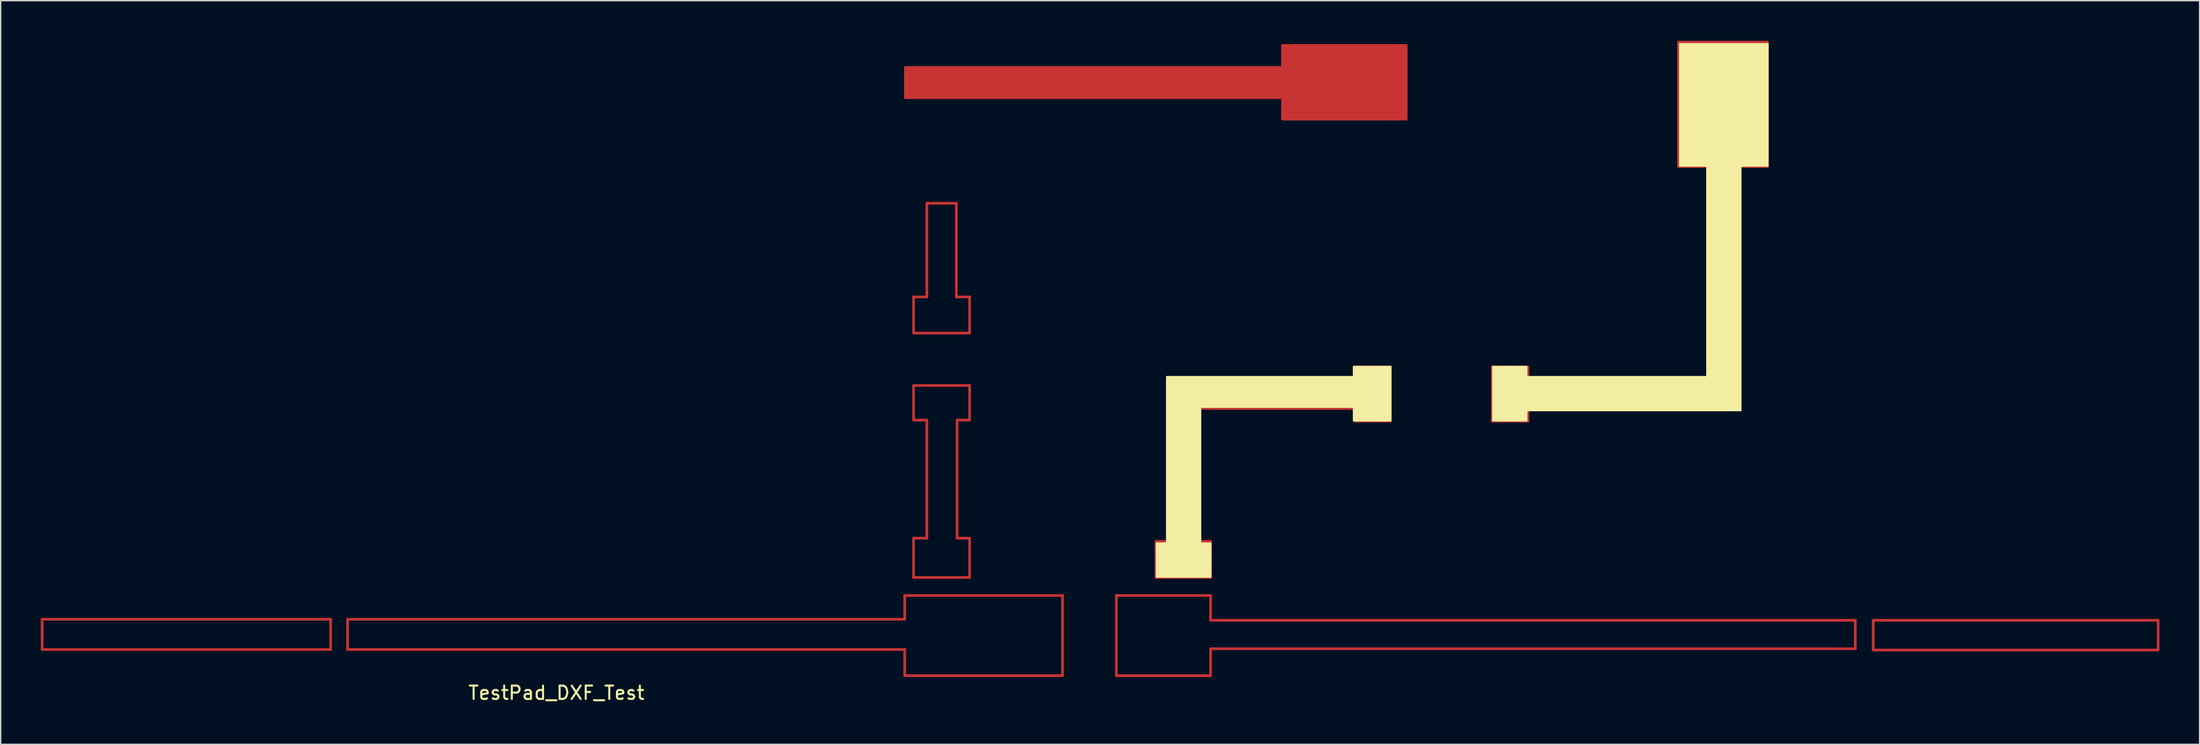
<source format=kicad_pcb>
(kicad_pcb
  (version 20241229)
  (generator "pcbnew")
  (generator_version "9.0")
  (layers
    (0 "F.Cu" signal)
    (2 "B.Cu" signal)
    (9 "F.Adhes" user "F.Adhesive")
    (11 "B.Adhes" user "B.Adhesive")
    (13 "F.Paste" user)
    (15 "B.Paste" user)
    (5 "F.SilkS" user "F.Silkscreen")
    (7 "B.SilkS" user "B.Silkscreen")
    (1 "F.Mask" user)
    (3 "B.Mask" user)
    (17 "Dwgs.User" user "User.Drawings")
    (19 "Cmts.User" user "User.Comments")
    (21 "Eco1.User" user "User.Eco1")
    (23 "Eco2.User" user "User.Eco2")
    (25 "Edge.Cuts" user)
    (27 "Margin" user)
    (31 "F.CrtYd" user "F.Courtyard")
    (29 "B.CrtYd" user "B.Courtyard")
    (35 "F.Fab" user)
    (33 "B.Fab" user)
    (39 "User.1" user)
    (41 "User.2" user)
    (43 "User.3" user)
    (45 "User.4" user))
  (footprint "TestPad_DXF_Test"
    (layer "F.Cu")
    (at 79.186 20.822)
    (property "Reference" "TestPad_DXF_Test" (at -40.64 27.94 0) (layer "F.SilkS") (effects (font (size 1 1) (thickness 0.15))))
    (attr through_hole)
    (fp_line (start -79.086 22.436) (end -57.519 22.436) (stroke (width 0.2) (type solid)) (layer "F.Cu"))
    (fp_line (start -79.086 24.698) (end -79.086 22.436) (stroke (width 0.2) (type solid)) (layer "F.Cu"))
    (fp_line (start -57.519 22.436) (end -57.519 24.698) (stroke (width 0.2) (type solid)) (layer "F.Cu"))
    (fp_line (start -57.519 24.698) (end -79.086 24.698) (stroke (width 0.2) (type solid)) (layer "F.Cu"))
    (fp_line (start -56.251 22.436) (end -14.605 22.436) (stroke (width 0.2) (type solid)) (layer "F.Cu"))
    (fp_line (start -56.251 24.696) (end -56.251 22.436) (stroke (width 0.2) (type solid)) (layer "F.Cu"))
    (fp_line (start -14.605 20.661) (end -2.803 20.661) (stroke (width 0.2) (type solid)) (layer "F.Cu"))
    (fp_line (start -14.605 22.436) (end -14.605 20.661) (stroke (width 0.2) (type solid)) (layer "F.Cu"))
    (fp_line (start -14.605 24.696) (end -56.251 24.696) (stroke (width 0.2) (type solid)) (layer "F.Cu"))
    (fp_line (start -14.605 26.654) (end -14.605 24.696) (stroke (width 0.2) (type solid)) (layer "F.Cu"))
    (fp_line (start -13.941 -1.666) (end -12.948 -1.666) (stroke (width 0.2) (type solid)) (layer "F.Cu"))
    (fp_line (start -13.941 1.035) (end -13.941 -1.666) (stroke (width 0.2) (type solid)) (layer "F.Cu"))
    (fp_line (start -13.941 4.953) (end -9.75 4.953) (stroke (width 0.2) (type solid)) (layer "F.Cu"))
    (fp_line (start -13.941 7.542) (end -13.941 4.953) (stroke (width 0.2) (type solid)) (layer "F.Cu"))
    (fp_line (start -13.941 16.37) (end -12.948 16.37) (stroke (width 0.2) (type solid)) (layer "F.Cu"))
    (fp_line (start -13.941 19.311) (end -13.941 16.37) (stroke (width 0.2) (type solid)) (layer "F.Cu"))
    (fp_line (start -12.948 -8.675) (end -10.743 -8.675) (stroke (width 0.2) (type solid)) (layer "F.Cu"))
    (fp_line (start -12.948 -1.666) (end -12.948 -8.675) (stroke (width 0.2) (type solid)) (layer "F.Cu"))
    (fp_line (start -12.948 7.542) (end -13.941 7.542) (stroke (width 0.2) (type solid)) (layer "F.Cu"))
    (fp_line (start -12.948 16.37) (end -12.948 7.542) (stroke (width 0.2) (type solid)) (layer "F.Cu"))
    (fp_line (start -10.743 -8.675) (end -10.743 -1.666) (stroke (width 0.2) (type solid)) (layer "F.Cu"))
    (fp_line (start -10.743 -1.666) (end -9.75 -1.666) (stroke (width 0.2) (type solid)) (layer "F.Cu"))
    (fp_line (start -10.687 7.542) (end -10.687 16.37) (stroke (width 0.2) (type solid)) (layer "F.Cu"))
    (fp_line (start -10.687 16.37) (end -9.75 16.37) (stroke (width 0.2) (type solid)) (layer "F.Cu"))
    (fp_line (start -9.75 -1.666) (end -9.75 1.035) (stroke (width 0.2) (type solid)) (layer "F.Cu"))
    (fp_line (start -9.75 1.035) (end -13.941 1.035) (stroke (width 0.2) (type solid)) (layer "F.Cu"))
    (fp_line (start -9.75 4.953) (end -9.75 7.542) (stroke (width 0.2) (type solid)) (layer "F.Cu"))
    (fp_line (start -9.75 7.542) (end -10.687 7.542) (stroke (width 0.2) (type solid)) (layer "F.Cu"))
    (fp_line (start -9.75 16.37) (end -9.75 19.311) (stroke (width 0.2) (type solid)) (layer "F.Cu"))
    (fp_line (start -9.75 19.311) (end -13.941 19.311) (stroke (width 0.2) (type solid)) (layer "F.Cu"))
    (fp_line (start -2.803 20.661) (end -2.803 26.654) (stroke (width 0.2) (type solid)) (layer "F.Cu"))
    (fp_line (start -2.803 26.654) (end -14.605 26.654) (stroke (width 0.2) (type solid)) (layer "F.Cu"))
    (fp_line (start 1.221 20.661) (end 8.263 20.661) (stroke (width 0.2) (type solid)) (layer "F.Cu"))
    (fp_line (start 1.221 26.654) (end 1.221 20.661) (stroke (width 0.2) (type solid)) (layer "F.Cu"))
    (fp_line (start 4.184 16.615) (end 5.166 16.615) (stroke (width 0.2) (type solid)) (layer "F.Cu"))
    (fp_line (start 4.184 19.311) (end 4.184 16.615) (stroke (width 0.2) (type solid)) (layer "F.Cu"))
    (fp_line (start 5.166 4.417) (end 19.05 4.417) (stroke (width 0.2) (type solid)) (layer "F.Cu"))
    (fp_line (start 5.166 16.615) (end 5.166 4.417) (stroke (width 0.2) (type solid)) (layer "F.Cu"))
    (fp_line (start 7.421 6.671) (end 7.421 16.615) (stroke (width 0.2) (type solid)) (layer "F.Cu"))
    (fp_line (start 7.421 16.615) (end 8.263 16.615) (stroke (width 0.2) (type solid)) (layer "F.Cu"))
    (fp_line (start 8.263 16.615) (end 8.263 19.311) (stroke (width 0.2) (type solid)) (layer "F.Cu"))
    (fp_line (start 8.263 19.311) (end 4.184 19.311) (stroke (width 0.2) (type solid)) (layer "F.Cu"))
    (fp_line (start 8.263 20.661) (end 8.263 22.514) (stroke (width 0.2) (type solid)) (layer "F.Cu"))
    (fp_line (start 8.263 22.514) (end 56.455 22.514) (stroke (width 0.2) (type solid)) (layer "F.Cu"))
    (fp_line (start 8.263 24.64) (end 8.263 26.654) (stroke (width 0.2) (type solid)) (layer "F.Cu"))
    (fp_line (start 8.263 26.654) (end 1.221 26.654) (stroke (width 0.2) (type solid)) (layer "F.Cu"))
    (fp_line (start 19.05 3.574) (end 21.678 3.574) (stroke (width 0.2) (type solid)) (layer "F.Cu"))
    (fp_line (start 19.05 4.417) (end 19.05 3.574) (stroke (width 0.2) (type solid)) (layer "F.Cu"))
    (fp_line (start 19.05 6.671) (end 7.421 6.671) (stroke (width 0.2) (type solid)) (layer "F.Cu"))
    (fp_line (start 19.05 7.62) (end 19.05 6.671) (stroke (width 0.2) (type solid)) (layer "F.Cu"))
    (fp_line (start 21.678 3.574) (end 21.678 7.62) (stroke (width 0.2) (type solid)) (layer "F.Cu"))
    (fp_line (start 21.678 7.62) (end 19.05 7.62) (stroke (width 0.2) (type solid)) (layer "F.Cu"))
    (fp_line (start 29.323 3.574) (end 31.985 3.574) (stroke (width 0.2) (type solid)) (layer "F.Cu"))
    (fp_line (start 29.323 7.62) (end 29.323 3.574) (stroke (width 0.2) (type solid)) (layer "F.Cu"))
    (fp_line (start 31.985 3.574) (end 31.985 4.417) (stroke (width 0.2) (type solid)) (layer "F.Cu"))
    (fp_line (start 31.985 4.417) (end 45.568 4.417) (stroke (width 0.2) (type solid)) (layer "F.Cu"))
    (fp_line (start 31.985 6.671) (end 31.985 7.62) (stroke (width 0.2) (type solid)) (layer "F.Cu"))
    (fp_line (start 31.985 7.62) (end 29.323 7.62) (stroke (width 0.2) (type solid)) (layer "F.Cu"))
    (fp_line (start 43.241 -20.722) (end 49.881 -20.722) (stroke (width 0.2) (type solid)) (layer "F.Cu"))
    (fp_line (start 43.241 -11.42) (end 43.241 -20.722) (stroke (width 0.2) (type solid)) (layer "F.Cu"))
    (fp_line (start 45.568 -11.42) (end 43.241 -11.42) (stroke (width 0.2) (type solid)) (layer "F.Cu"))
    (fp_line (start 45.568 4.417) (end 45.568 -11.42) (stroke (width 0.2) (type solid)) (layer "F.Cu"))
    (fp_line (start 47.761 -11.42) (end 47.761 6.671) (stroke (width 0.2) (type solid)) (layer "F.Cu"))
    (fp_line (start 47.761 6.671) (end 31.985 6.671) (stroke (width 0.2) (type solid)) (layer "F.Cu"))
    (fp_line (start 49.881 -20.722) (end 49.881 -11.42) (stroke (width 0.2) (type solid)) (layer "F.Cu"))
    (fp_line (start 49.881 -11.42) (end 47.761 -11.42) (stroke (width 0.2) (type solid)) (layer "F.Cu"))
    (fp_line (start 56.455 22.514) (end 56.455 24.64) (stroke (width 0.2) (type solid)) (layer "F.Cu"))
    (fp_line (start 56.455 24.64) (end 8.263 24.64) (stroke (width 0.2) (type solid)) (layer "F.Cu"))
    (fp_line (start 57.801 22.512) (end 79.098 22.512) (stroke (width 0.2) (type solid)) (layer "F.Cu"))
    (fp_line (start 57.801 24.736) (end 57.801 22.512) (stroke (width 0.2) (type solid)) (layer "F.Cu"))
    (fp_line (start 79.098 22.512) (end 79.098 24.736) (stroke (width 0.2) (type solid)) (layer "F.Cu"))
    (fp_line (start 79.098 24.736) (end 57.801 24.736) (stroke (width 0.2) (type solid)) (layer "F.Cu"))
    (fp_poly (pts (xy 22.864 -20.492) (xy 22.864 -14.979) (xy 13.612 -14.979) (xy 13.612 -16.586) (xy -14.58 -16.586) (xy -14.58 -18.846) (xy 13.612 -18.846) (xy 13.612 -20.492) (xy 13.612 -18.846) (xy 13.612 -20.492) (xy 22.864 -20.492)) (stroke (width 0.1) (type solid)) (fill yes) (layer "F.Cu"))
    (fp_poly (pts (xy 21.742 7.595) (xy 18.948 7.595) (xy 18.948 6.579) (xy 7.518 6.579) (xy 7.518 16.739) (xy 8.28 16.739) (xy 8.28 19.279) (xy 4.216 19.279) (xy 4.216 16.739) (xy 4.978 16.739) (xy 4.978 4.293) (xy 18.948 4.293) (xy 18.948 3.531) (xy 21.742 3.531)) (stroke (width 0.1) (type solid)) (fill yes) (layer "F.SilkS"))
    (fp_poly (pts (xy 49.936 -11.455) (xy 47.904 -11.455) (xy 47.904 6.833) (xy 31.902 6.833) (xy 31.902 7.595) (xy 29.362 7.595) (xy 29.362 3.531) (xy 31.902 3.531) (xy 31.902 4.293) (xy 45.364 4.293) (xy 45.364 -11.455) (xy 43.332 -11.455) (xy 43.332 -20.599) (xy 49.936 -20.599)) (stroke (width 0.1) (type solid)) (fill yes) (layer "F.SilkS"))
    (pad "1" smd custom (at 20.853 -17.043) (size 4 4) (layers "F.Cu" "F.Mask" "F.Paste") (options (anchor rect)) (primitives (gr_line (start 2.036 -3.433) (end 2.036 2.08) (width 0.2)) (gr_line (start 2.036 2.08) (end -7.216 2.08) (width 0.2)) (gr_line (start -7.216 2.08) (end -7.216 0.473) (width 0.2)) (gr_line (start -7.216 0.473) (end -35.408 0.473) (width 0.2)) (gr_line (start -35.408 0.473) (end -35.408 -1.787) (width 0.2)) (gr_line (start -35.408 -1.787) (end -7.216 -1.787) (width 0.2)) (gr_line (start -7.216 -1.787) (end -7.216 -3.433) (width 0.2)) (gr_line (start -7.216 -3.433) (end 2.036 -3.433) (width 0.2)))))
  (gr_rect
    (start -3 -3)
    (end 161.385 52.611)
    (stroke (width 0.1) (type default))
    (fill no)
    (layer "Edge.Cuts")))
</source>
